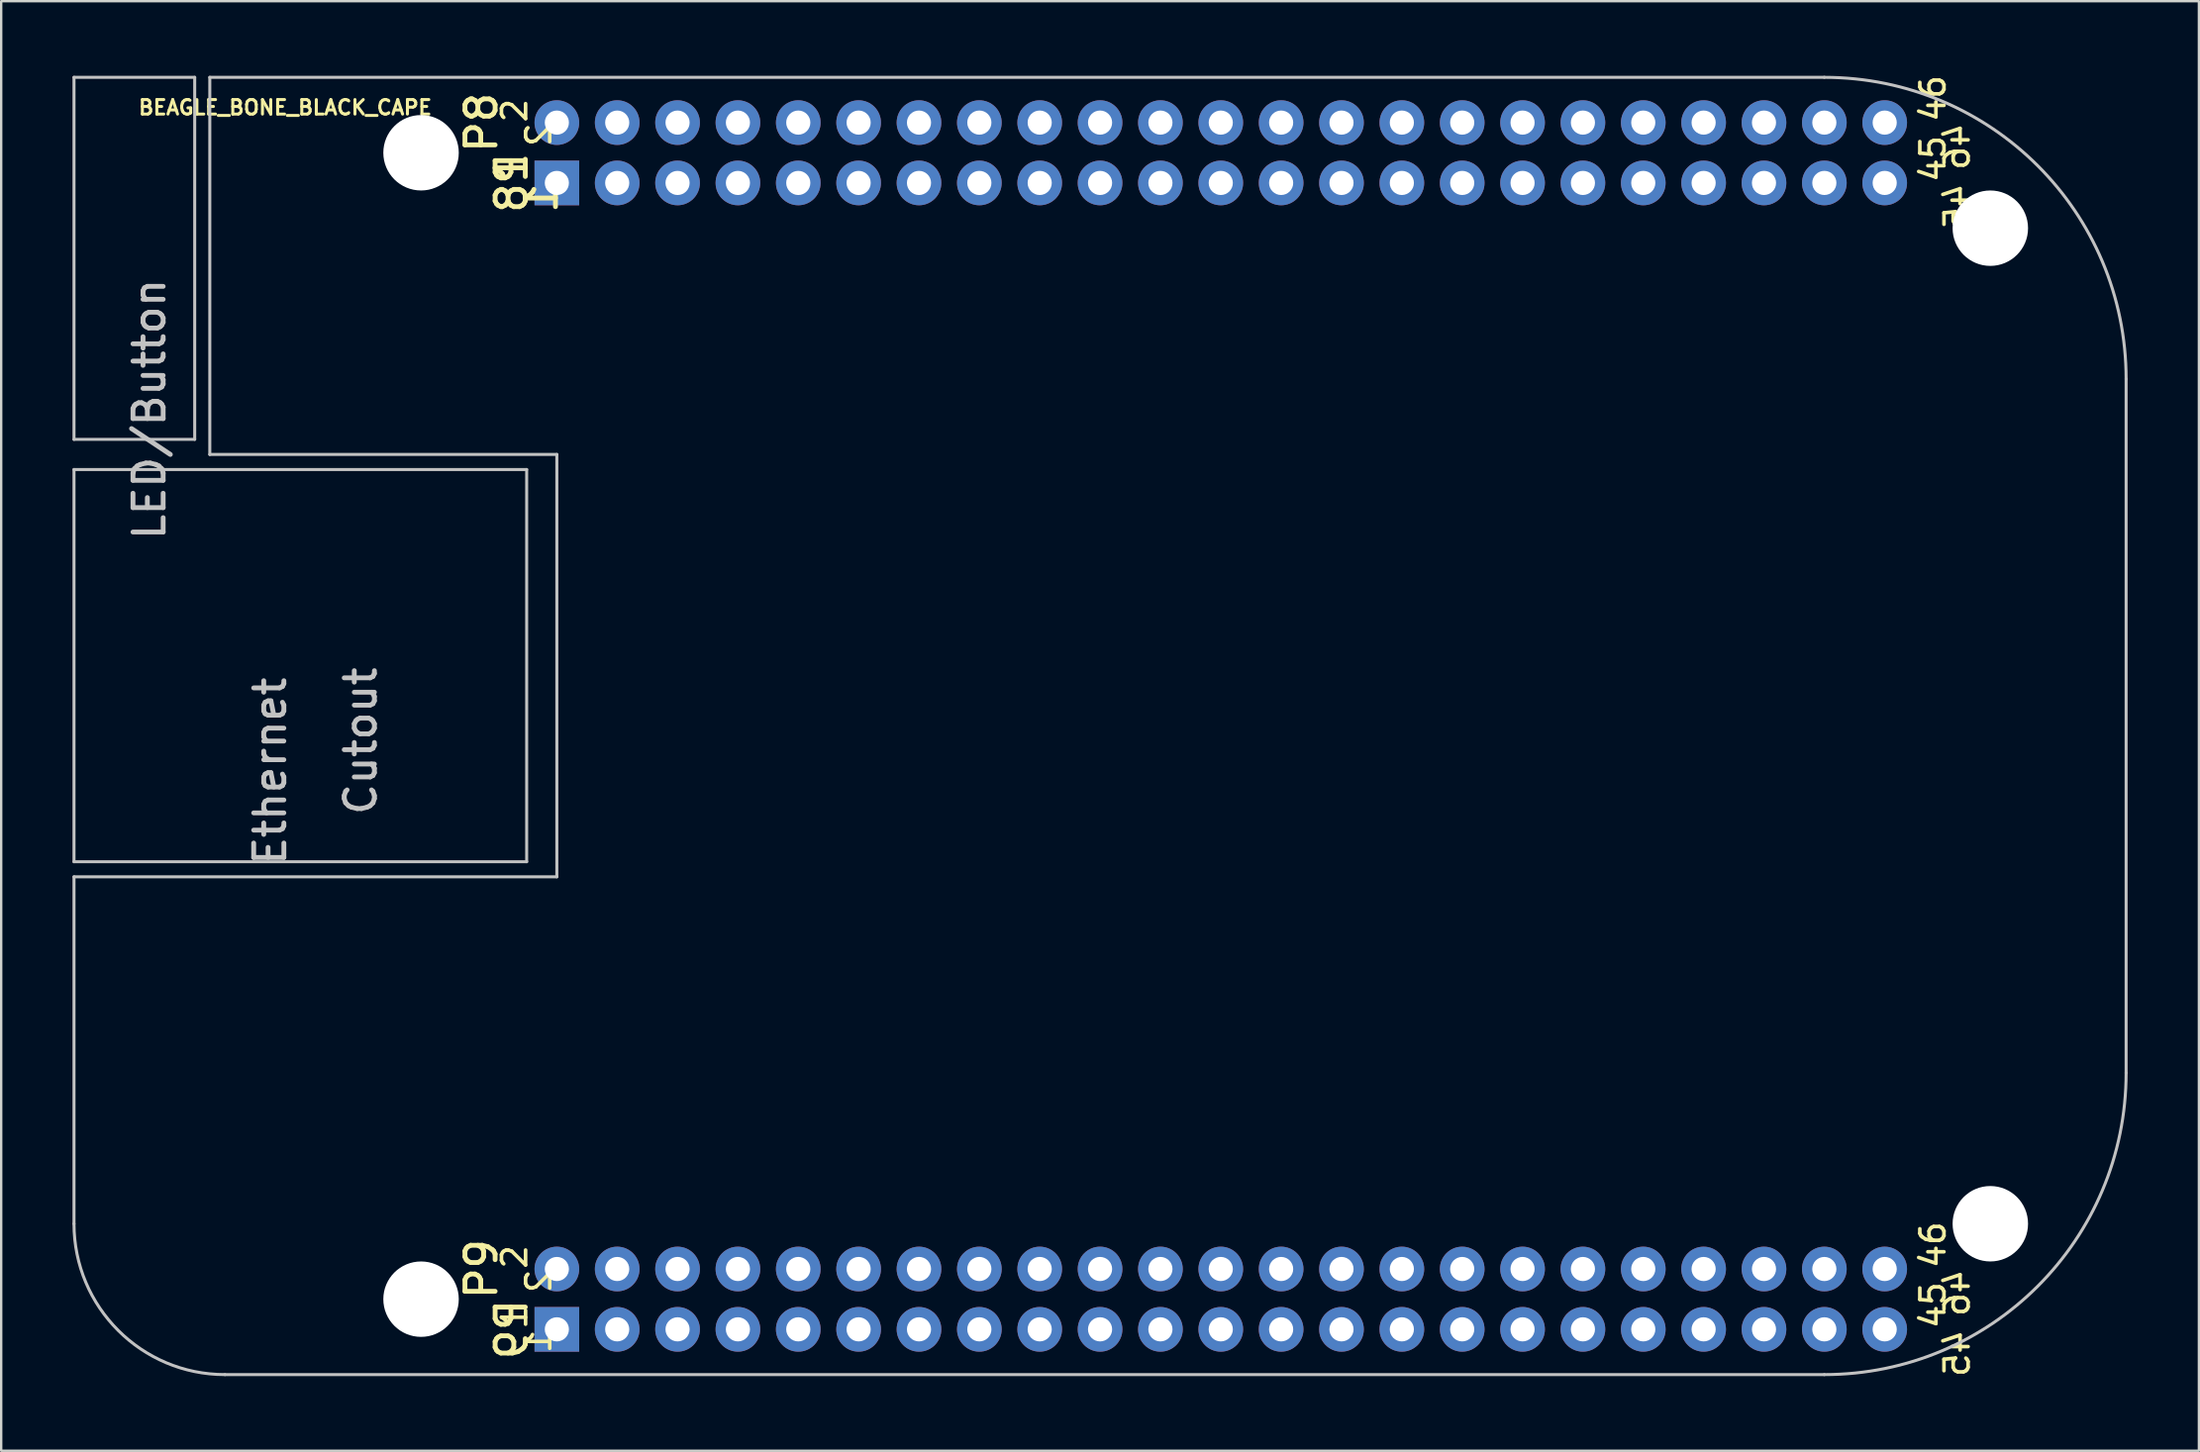
<source format=kicad_pcb>
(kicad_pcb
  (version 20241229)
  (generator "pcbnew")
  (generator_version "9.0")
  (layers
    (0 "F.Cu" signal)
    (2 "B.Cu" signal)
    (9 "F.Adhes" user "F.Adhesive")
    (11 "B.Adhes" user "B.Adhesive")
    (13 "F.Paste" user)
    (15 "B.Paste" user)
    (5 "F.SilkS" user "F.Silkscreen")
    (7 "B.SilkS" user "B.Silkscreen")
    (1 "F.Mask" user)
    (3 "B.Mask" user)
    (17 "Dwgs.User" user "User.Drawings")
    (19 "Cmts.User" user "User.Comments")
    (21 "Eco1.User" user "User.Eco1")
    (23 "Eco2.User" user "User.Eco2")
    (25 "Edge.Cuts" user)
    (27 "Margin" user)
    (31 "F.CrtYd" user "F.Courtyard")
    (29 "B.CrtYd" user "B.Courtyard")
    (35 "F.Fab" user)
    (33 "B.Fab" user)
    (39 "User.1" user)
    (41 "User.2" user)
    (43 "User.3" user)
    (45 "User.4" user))
  (footprint "BEAGLE_BONE_BLACK_CAPE"
    (layer "F.Cu")
    (at 44.514 25.606)
    (property "Reference" "BEAGLE_BONE_BLACK_CAPE" (at -35.56 -24.13 0) (layer "F.SilkS") (effects (font (size 0.61 0.61) (thickness 0.127))))
    (attr exclude_from_pos_files exclude_from_bom)
    (fp_line (start -44.45 -25.4) (end -44.45 -10.16) (stroke (width 0.127) (type solid)) (layer "Dwgs.User"))
    (fp_line (start -44.45 -10.16) (end -39.37 -10.16) (stroke (width 0.127) (type solid)) (layer "Dwgs.User"))
    (fp_line (start -44.45 -8.89) (end -44.45 7.62) (stroke (width 0.127) (type solid)) (layer "Dwgs.User"))
    (fp_line (start -44.45 7.62) (end -25.4 7.62) (stroke (width 0.127) (type solid)) (layer "Dwgs.User"))
    (fp_line (start -44.45 8.255) (end -44.45 22.86) (stroke (width 0.127) (type solid)) (layer "Dwgs.User"))
    (fp_line (start -44.45 8.255) (end -24.13 8.255) (stroke (width 0.127) (type solid)) (layer "Dwgs.User"))
    (fp_line (start -39.37 -25.4) (end -44.45 -25.4) (stroke (width 0.127) (type solid)) (layer "Dwgs.User"))
    (fp_line (start -39.37 -10.16) (end -39.37 -25.4) (stroke (width 0.127) (type solid)) (layer "Dwgs.User"))
    (fp_line (start -38.735 -9.525) (end -38.735 -25.4) (stroke (width 0.127) (type solid)) (layer "Dwgs.User"))
    (fp_line (start -38.735 -9.525) (end -24.13 -9.525) (stroke (width 0.127) (type solid)) (layer "Dwgs.User"))
    (fp_line (start -38.1 29.21) (end 29.21 29.21) (stroke (width 0.127) (type solid)) (layer "Dwgs.User"))
    (fp_line (start -25.4 -8.89) (end -44.45 -8.89) (stroke (width 0.127) (type solid)) (layer "Dwgs.User"))
    (fp_line (start -25.4 7.62) (end -25.4 -8.89) (stroke (width 0.127) (type solid)) (layer "Dwgs.User"))
    (fp_line (start -24.13 8.255) (end -24.13 -9.525) (stroke (width 0.127) (type solid)) (layer "Dwgs.User"))
    (fp_line (start 29.21 -25.4) (end -38.735 -25.4) (stroke (width 0.127) (type solid)) (layer "Dwgs.User"))
    (fp_line (start 41.91 16.51) (end 41.91 -12.7) (stroke (width 0.127) (type solid)) (layer "Dwgs.User"))
    (fp_arc (start -38.1 29.21) (mid -42.590128 27.350128) (end -44.45 22.86) (stroke (width 0.127) (type solid)) (layer "Dwgs.User"))
    (fp_arc (start 29.21 -25.4) (mid 38.190256 -21.680256) (end 41.91 -12.7) (stroke (width 0.127) (type solid)) (layer "Dwgs.User"))
    (fp_arc (start 41.91 16.51) (mid 38.190256 25.490256) (end 29.21 29.21) (stroke (width 0.127) (type solid)) (layer "Dwgs.User"))
    (fp_text user "45" (at 33.782 -21.971 90) (layer "F.SilkS") (effects (font (size 1.016 1.016) (thickness 0.152))))
    (fp_text user "45" (at 33.782 26.289 90) (layer "F.SilkS") (effects (font (size 1.016 1.016) (thickness 0.152))))
    (fp_text user "P9" (at -26.035 27.305 270) (layer "F.SilkS") (effects (font (size 1.27 1.27) (thickness 0.203)) (justify mirror)))
    (fp_text user "2" (at -24.892 -22.987 270) (layer "F.SilkS") (effects (font (size 1.016 1.016) (thickness 0.152)) (justify mirror)))
    (fp_text user "2" (at -24.892 25.273 270) (layer "F.SilkS") (effects (font (size 1.016 1.016) (thickness 0.152)) (justify mirror)))
    (fp_text user "45" (at 34.798 28.321 270) (layer "F.SilkS") (effects (font (size 1.016 1.016) (thickness 0.152)) (justify mirror)))
    (fp_text user "46" (at 34.798 25.778 270) (layer "F.SilkS") (effects (font (size 1.016 1.016) (thickness 0.152)) (justify mirror)))
    (fp_text user "2" (at -25.908 -24.003 90) (layer "F.SilkS") (effects (font (size 1.016 1.016) (thickness 0.152))))
    (fp_text user "2" (at -25.908 24.257 90) (layer "F.SilkS") (effects (font (size 1.016 1.016) (thickness 0.152))))
    (fp_text user "45" (at 34.798 -19.939 270) (layer "F.SilkS") (effects (font (size 1.016 1.016) (thickness 0.152)) (justify mirror)))
    (fp_text user "P8" (at -26.035 -20.955 270) (layer "F.SilkS") (effects (font (size 1.27 1.27) (thickness 0.203)) (justify mirror)))
    (fp_text user "1" (at -25.908 26.797 90) (layer "F.SilkS") (effects (font (size 1.016 1.016) (thickness 0.152))))
    (fp_text user "1" (at -24.892 27.813 270) (layer "F.SilkS") (effects (font (size 1.016 1.016) (thickness 0.152)) (justify mirror)))
    (fp_text user "46" (at 34.798 -22.479 270) (layer "F.SilkS") (effects (font (size 1.016 1.016) (thickness 0.152)) (justify mirror)))
    (fp_text user "46" (at 33.782 23.749 90) (layer "F.SilkS") (effects (font (size 1.016 1.016) (thickness 0.152))))
    (fp_text user "46" (at 33.782 -24.511 90) (layer "F.SilkS") (effects (font (size 1.016 1.016) (thickness 0.152))))
    (fp_text user "1" (at -24.765 -20.32 270) (layer "F.SilkS") (effects (font (size 1.27 1.27) (thickness 0.203)) (justify mirror)))
    (fp_text user "P8" (at -27.305 -23.495 90) (layer "F.SilkS") (effects (font (size 1.27 1.27) (thickness 0.203))))
    (fp_text user "1" (at -26.035 -21.59 90) (layer "F.SilkS") (effects (font (size 1.27 1.27) (thickness 0.203))))
    (fp_text user "P9" (at -27.305 24.765 90) (layer "F.SilkS") (effects (font (size 1.27 1.27) (thickness 0.203))))
    (fp_text user "Ethernet" (at -36.195 3.81 270) (layer "Dwgs.User") (effects (font (size 1.27 1.27) (thickness 0.203))))
    (fp_text user "LED/Button" (at -41.275 -11.43 270) (layer "Dwgs.User") (effects (font (size 1.27 1.27) (thickness 0.203))))
    (fp_text user "Cutout" (at -32.385 2.54 270) (layer "Dwgs.User") (effects (font (size 1.27 1.27) (thickness 0.203))))
    (pad "" np_thru_hole circle (at -29.845 -22.225) (size 3.175 3.175) (drill 3.175) (layers "*.Cu" "*.Mask"))
    (pad "" np_thru_hole circle (at -29.845 26.035) (size 3.175 3.175) (drill 3.175) (layers "*.Cu" "*.Mask"))
    (pad "" np_thru_hole circle (at 36.195 -19.05) (size 3.175 3.175) (drill 3.175) (layers "*.Cu" "*.Mask"))
    (pad "" np_thru_hole circle (at 36.195 22.86) (size 3.175 3.175) (drill 3.175) (layers "*.Cu" "*.Mask"))
    (pad "P8.1" thru_hole rect (at -24.13 -20.955) (size 1.88 1.88) (drill 1.016) (layers "*.Cu" "*.Mask"))
    (pad "P8.1" thru_hole circle (at -13.97 -23.495) (size 1.88 1.88) (drill 1.016) (layers "*.Cu" "*.Mask"))
    (pad "P8.1" thru_hole circle (at -11.43 -23.495) (size 1.88 1.88) (drill 1.016) (layers "*.Cu" "*.Mask"))
    (pad "P8.1" thru_hole circle (at -11.43 -20.955) (size 1.88 1.88) (drill 1.016) (layers "*.Cu" "*.Mask"))
    (pad "P8.1" thru_hole circle (at -8.89 -23.495) (size 1.88 1.88) (drill 1.016) (layers "*.Cu" "*.Mask"))
    (pad "P8.1" thru_hole circle (at -8.89 -20.955) (size 1.88 1.88) (drill 1.016) (layers "*.Cu" "*.Mask"))
    (pad "P8.1" thru_hole circle (at -6.35 -23.495) (size 1.88 1.88) (drill 1.016) (layers "*.Cu" "*.Mask"))
    (pad "P8.1" thru_hole circle (at -6.35 -20.955) (size 1.88 1.88) (drill 1.016) (layers "*.Cu" "*.Mask"))
    (pad "P8.1" thru_hole circle (at -3.81 -23.495) (size 1.88 1.88) (drill 1.016) (layers "*.Cu" "*.Mask"))
    (pad "P8.1" thru_hole circle (at -3.81 -20.955) (size 1.88 1.88) (drill 1.016) (layers "*.Cu" "*.Mask"))
    (pad "P8.1" thru_hole circle (at -1.27 -20.955) (size 1.88 1.88) (drill 1.016) (layers "*.Cu" "*.Mask"))
    (pad "P8.2" thru_hole circle (at -24.13 -23.495) (size 1.88 1.88) (drill 1.016) (layers "*.Cu" "*.Mask"))
    (pad "P8.2" thru_hole circle (at -1.27 -23.495) (size 1.88 1.88) (drill 1.016) (layers "*.Cu" "*.Mask"))
    (pad "P8.2" thru_hole circle (at 1.27 -23.495) (size 1.88 1.88) (drill 1.016) (layers "*.Cu" "*.Mask"))
    (pad "P8.2" thru_hole circle (at 1.27 -20.955) (size 1.88 1.88) (drill 1.016) (layers "*.Cu" "*.Mask"))
    (pad "P8.2" thru_hole circle (at 3.81 -23.495) (size 1.88 1.88) (drill 1.016) (layers "*.Cu" "*.Mask"))
    (pad "P8.2" thru_hole circle (at 3.81 -20.955) (size 1.88 1.88) (drill 1.016) (layers "*.Cu" "*.Mask"))
    (pad "P8.2" thru_hole circle (at 6.35 -23.495) (size 1.88 1.88) (drill 1.016) (layers "*.Cu" "*.Mask"))
    (pad "P8.2" thru_hole circle (at 6.35 -20.955) (size 1.88 1.88) (drill 1.016) (layers "*.Cu" "*.Mask"))
    (pad "P8.2" thru_hole circle (at 8.89 -23.495) (size 1.88 1.88) (drill 1.016) (layers "*.Cu" "*.Mask"))
    (pad "P8.2" thru_hole circle (at 8.89 -20.955) (size 1.88 1.88) (drill 1.016) (layers "*.Cu" "*.Mask"))
    (pad "P8.2" thru_hole circle (at 11.43 -20.955) (size 1.88 1.88) (drill 1.016) (layers "*.Cu" "*.Mask"))
    (pad "P8.3" thru_hole circle (at -21.59 -20.955) (size 1.88 1.88) (drill 1.016) (layers "*.Cu" "*.Mask"))
    (pad "P8.3" thru_hole circle (at 11.43 -23.495) (size 1.88 1.88) (drill 1.016) (layers "*.Cu" "*.Mask"))
    (pad "P8.3" thru_hole circle (at 13.97 -23.495) (size 1.88 1.88) (drill 1.016) (layers "*.Cu" "*.Mask"))
    (pad "P8.3" thru_hole circle (at 13.97 -20.955) (size 1.88 1.88) (drill 1.016) (layers "*.Cu" "*.Mask"))
    (pad "P8.3" thru_hole circle (at 16.51 -23.495) (size 1.88 1.88) (drill 1.016) (layers "*.Cu" "*.Mask"))
    (pad "P8.3" thru_hole circle (at 16.51 -20.955) (size 1.88 1.88) (drill 1.016) (layers "*.Cu" "*.Mask"))
    (pad "P8.3" thru_hole circle (at 19.05 -23.495) (size 1.88 1.88) (drill 1.016) (layers "*.Cu" "*.Mask"))
    (pad "P8.3" thru_hole circle (at 19.05 -20.955) (size 1.88 1.88) (drill 1.016) (layers "*.Cu" "*.Mask"))
    (pad "P8.3" thru_hole circle (at 21.59 -23.495) (size 1.88 1.88) (drill 1.016) (layers "*.Cu" "*.Mask"))
    (pad "P8.3" thru_hole circle (at 21.59 -20.955) (size 1.88 1.88) (drill 1.016) (layers "*.Cu" "*.Mask"))
    (pad "P8.3" thru_hole circle (at 24.13 -20.955) (size 1.88 1.88) (drill 1.016) (layers "*.Cu" "*.Mask"))
    (pad "P8.4" thru_hole circle (at -21.59 -23.495) (size 1.88 1.88) (drill 1.016) (layers "*.Cu" "*.Mask"))
    (pad "P8.4" thru_hole circle (at 24.13 -23.495) (size 1.88 1.88) (drill 1.016) (layers "*.Cu" "*.Mask"))
    (pad "P8.4" thru_hole circle (at 26.67 -23.495) (size 1.88 1.88) (drill 1.016) (layers "*.Cu" "*.Mask"))
    (pad "P8.4" thru_hole circle (at 26.67 -20.955) (size 1.88 1.88) (drill 1.016) (layers "*.Cu" "*.Mask"))
    (pad "P8.4" thru_hole circle (at 29.21 -23.495) (size 1.88 1.88) (drill 1.016) (layers "*.Cu" "*.Mask"))
    (pad "P8.4" thru_hole circle (at 29.21 -20.955) (size 1.88 1.88) (drill 1.016) (layers "*.Cu" "*.Mask"))
    (pad "P8.4" thru_hole circle (at 31.75 -23.495) (size 1.88 1.88) (drill 1.016) (layers "*.Cu" "*.Mask"))
    (pad "P8.4" thru_hole circle (at 31.75 -20.955) (size 1.88 1.88) (drill 1.016) (layers "*.Cu" "*.Mask"))
    (pad "P8.5" thru_hole circle (at -19.05 -20.955) (size 1.88 1.88) (drill 1.016) (layers "*.Cu" "*.Mask"))
    (pad "P8.6" thru_hole circle (at -19.05 -23.495) (size 1.88 1.88) (drill 1.016) (layers "*.Cu" "*.Mask"))
    (pad "P8.7" thru_hole circle (at -16.51 -20.955) (size 1.88 1.88) (drill 1.016) (layers "*.Cu" "*.Mask"))
    (pad "P8.8" thru_hole circle (at -16.51 -23.495) (size 1.88 1.88) (drill 1.016) (layers "*.Cu" "*.Mask"))
    (pad "P8.9" thru_hole circle (at -13.97 -20.955) (size 1.88 1.88) (drill 1.016) (layers "*.Cu" "*.Mask"))
    (pad "P9.1" thru_hole rect (at -24.13 27.305) (size 1.88 1.88) (drill 1.016) (layers "*.Cu" "*.Mask"))
    (pad "P9.1" thru_hole circle (at -13.97 24.765) (size 1.88 1.88) (drill 1.016) (layers "*.Cu" "*.Mask"))
    (pad "P9.1" thru_hole circle (at -11.43 24.765) (size 1.88 1.88) (drill 1.016) (layers "*.Cu" "*.Mask"))
    (pad "P9.1" thru_hole circle (at -11.43 27.305) (size 1.88 1.88) (drill 1.016) (layers "*.Cu" "*.Mask"))
    (pad "P9.1" thru_hole circle (at -8.89 24.765) (size 1.88 1.88) (drill 1.016) (layers "*.Cu" "*.Mask"))
    (pad "P9.1" thru_hole circle (at -8.89 27.305) (size 1.88 1.88) (drill 1.016) (layers "*.Cu" "*.Mask"))
    (pad "P9.1" thru_hole circle (at -6.35 24.765) (size 1.88 1.88) (drill 1.016) (layers "*.Cu" "*.Mask"))
    (pad "P9.1" thru_hole circle (at -6.35 27.305) (size 1.88 1.88) (drill 1.016) (layers "*.Cu" "*.Mask"))
    (pad "P9.1" thru_hole circle (at -3.81 24.765) (size 1.88 1.88) (drill 1.016) (layers "*.Cu" "*.Mask"))
    (pad "P9.1" thru_hole circle (at -3.81 27.305) (size 1.88 1.88) (drill 1.016) (layers "*.Cu" "*.Mask"))
    (pad "P9.1" thru_hole circle (at -1.27 27.305) (size 1.88 1.88) (drill 1.016) (layers "*.Cu" "*.Mask"))
    (pad "P9.2" thru_hole circle (at -24.13 24.765) (size 1.88 1.88) (drill 1.016) (layers "*.Cu" "*.Mask"))
    (pad "P9.2" thru_hole circle (at -1.27 24.765) (size 1.88 1.88) (drill 1.016) (layers "*.Cu" "*.Mask"))
    (pad "P9.2" thru_hole circle (at 1.27 24.765) (size 1.88 1.88) (drill 1.016) (layers "*.Cu" "*.Mask"))
    (pad "P9.2" thru_hole circle (at 1.27 27.305) (size 1.88 1.88) (drill 1.016) (layers "*.Cu" "*.Mask"))
    (pad "P9.2" thru_hole circle (at 3.81 24.765) (size 1.88 1.88) (drill 1.016) (layers "*.Cu" "*.Mask"))
    (pad "P9.2" thru_hole circle (at 3.81 27.305) (size 1.88 1.88) (drill 1.016) (layers "*.Cu" "*.Mask"))
    (pad "P9.2" thru_hole circle (at 6.35 24.765) (size 1.88 1.88) (drill 1.016) (layers "*.Cu" "*.Mask"))
    (pad "P9.2" thru_hole circle (at 6.35 27.305) (size 1.88 1.88) (drill 1.016) (layers "*.Cu" "*.Mask"))
    (pad "P9.2" thru_hole circle (at 8.89 24.765) (size 1.88 1.88) (drill 1.016) (layers "*.Cu" "*.Mask"))
    (pad "P9.2" thru_hole circle (at 8.89 27.305) (size 1.88 1.88) (drill 1.016) (layers "*.Cu" "*.Mask"))
    (pad "P9.2" thru_hole circle (at 11.43 27.305) (size 1.88 1.88) (drill 1.016) (layers "*.Cu" "*.Mask"))
    (pad "P9.3" thru_hole circle (at -21.59 27.305) (size 1.88 1.88) (drill 1.016) (layers "*.Cu" "*.Mask"))
    (pad "P9.3" thru_hole circle (at 11.43 24.765) (size 1.88 1.88) (drill 1.016) (layers "*.Cu" "*.Mask"))
    (pad "P9.3" thru_hole circle (at 13.97 24.765) (size 1.88 1.88) (drill 1.016) (layers "*.Cu" "*.Mask"))
    (pad "P9.3" thru_hole circle (at 13.97 27.305) (size 1.88 1.88) (drill 1.016) (layers "*.Cu" "*.Mask"))
    (pad "P9.3" thru_hole circle (at 16.51 24.765) (size 1.88 1.88) (drill 1.016) (layers "*.Cu" "*.Mask"))
    (pad "P9.3" thru_hole circle (at 16.51 27.305) (size 1.88 1.88) (drill 1.016) (layers "*.Cu" "*.Mask"))
    (pad "P9.3" thru_hole circle (at 19.05 24.765) (size 1.88 1.88) (drill 1.016) (layers "*.Cu" "*.Mask"))
    (pad "P9.3" thru_hole circle (at 19.05 27.305) (size 1.88 1.88) (drill 1.016) (layers "*.Cu" "*.Mask"))
    (pad "P9.3" thru_hole circle (at 21.59 24.765) (size 1.88 1.88) (drill 1.016) (layers "*.Cu" "*.Mask"))
    (pad "P9.3" thru_hole circle (at 21.59 27.305) (size 1.88 1.88) (drill 1.016) (layers "*.Cu" "*.Mask"))
    (pad "P9.3" thru_hole circle (at 24.13 27.305) (size 1.88 1.88) (drill 1.016) (layers "*.Cu" "*.Mask"))
    (pad "P9.4" thru_hole circle (at -21.59 24.765) (size 1.88 1.88) (drill 1.016) (layers "*.Cu" "*.Mask"))
    (pad "P9.4" thru_hole circle (at 24.13 24.765) (size 1.88 1.88) (drill 1.016) (layers "*.Cu" "*.Mask"))
    (pad "P9.4" thru_hole circle (at 26.67 24.765) (size 1.88 1.88) (drill 1.016) (layers "*.Cu" "*.Mask"))
    (pad "P9.4" thru_hole circle (at 26.67 27.305) (size 1.88 1.88) (drill 1.016) (layers "*.Cu" "*.Mask"))
    (pad "P9.4" thru_hole circle (at 29.21 24.765) (size 1.88 1.88) (drill 1.016) (layers "*.Cu" "*.Mask"))
    (pad "P9.4" thru_hole circle (at 29.21 27.305) (size 1.88 1.88) (drill 1.016) (layers "*.Cu" "*.Mask"))
    (pad "P9.4" thru_hole circle (at 31.75 24.765) (size 1.88 1.88) (drill 1.016) (layers "*.Cu" "*.Mask"))
    (pad "P9.4" thru_hole circle (at 31.75 27.305) (size 1.88 1.88) (drill 1.016) (layers "*.Cu" "*.Mask"))
    (pad "P9.5" thru_hole circle (at -19.05 27.305) (size 1.88 1.88) (drill 1.016) (layers "*.Cu" "*.Mask"))
    (pad "P9.6" thru_hole circle (at -19.05 24.765) (size 1.88 1.88) (drill 1.016) (layers "*.Cu" "*.Mask"))
    (pad "P9.7" thru_hole circle (at -16.51 27.305) (size 1.88 1.88) (drill 1.016) (layers "*.Cu" "*.Mask"))
    (pad "P9.8" thru_hole circle (at -16.51 24.765) (size 1.88 1.88) (drill 1.016) (layers "*.Cu" "*.Mask"))
    (pad "P9.9" thru_hole circle (at -13.97 27.305) (size 1.88 1.88) (drill 1.016) (layers "*.Cu" "*.Mask")))
  (gr_rect
    (start -3 -3)
    (end 89.487 58.021)
    (stroke (width 0.1) (type default))
    (fill no)
    (layer "Edge.Cuts")))
</source>
